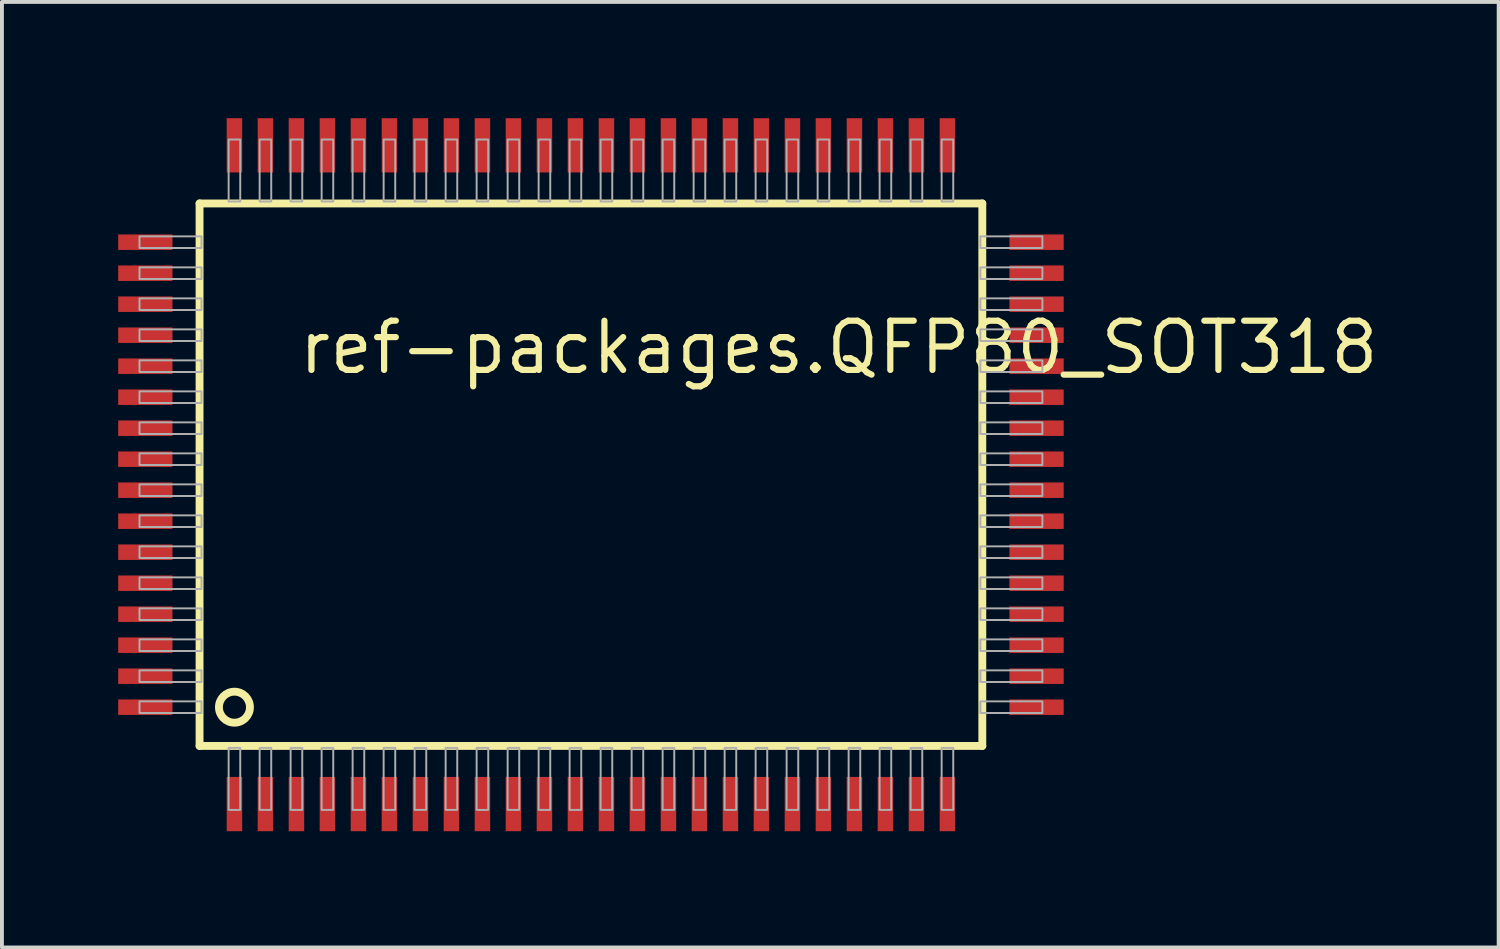
<source format=kicad_pcb>
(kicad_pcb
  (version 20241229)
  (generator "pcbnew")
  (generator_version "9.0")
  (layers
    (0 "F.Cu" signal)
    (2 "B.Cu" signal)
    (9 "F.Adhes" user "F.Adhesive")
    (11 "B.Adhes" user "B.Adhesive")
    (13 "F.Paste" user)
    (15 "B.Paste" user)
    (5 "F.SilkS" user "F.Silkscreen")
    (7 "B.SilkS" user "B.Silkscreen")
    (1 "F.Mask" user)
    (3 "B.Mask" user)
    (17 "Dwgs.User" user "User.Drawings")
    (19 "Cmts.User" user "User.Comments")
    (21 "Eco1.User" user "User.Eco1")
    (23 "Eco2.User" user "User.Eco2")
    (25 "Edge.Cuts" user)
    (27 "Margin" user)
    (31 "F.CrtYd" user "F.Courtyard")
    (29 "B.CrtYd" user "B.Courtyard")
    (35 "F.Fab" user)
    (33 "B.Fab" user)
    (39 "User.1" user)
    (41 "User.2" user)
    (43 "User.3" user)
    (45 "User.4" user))
  (footprint "ref-packages.QFP80_SOT318"
    (layer "F.Cu")
    (at 12.2 9.2)
    (property "Reference" "ref-packages.QFP80_SOT318" (at -7.62 -2.54 0) (layer "F.SilkS") (effects (font (size 1.27 1.27) (thickness 0.16)) (justify left bottom)))
    (attr smd)
    (fp_line (start -10.1 -7) (end 10.1 -7) (stroke (width 0.203) (type default)) (layer "F.SilkS"))
    (fp_line (start -10.1 7) (end -10.1 -7) (stroke (width 0.203) (type default)) (layer "F.SilkS"))
    (fp_line (start 10.1 -7) (end 10.1 7) (stroke (width 0.203) (type default)) (layer "F.SilkS"))
    (fp_line (start 10.1 7) (end -10.1 7) (stroke (width 0.203) (type default)) (layer "F.SilkS"))
    (fp_circle (center -9.2 6) (end -8.8 6) (stroke (width 0.203) (type default)) (fill no) (layer "F.SilkS"))
    (fp_rect (start -11.65 -5.85) (end -10.05 -6.15) (stroke (width 0.05) (type default)) (fill no) (layer "F.Fab"))
    (fp_rect (start -11.65 -5.05) (end -10.05 -5.35) (stroke (width 0.05) (type default)) (fill no) (layer "F.Fab"))
    (fp_rect (start -11.65 -4.25) (end -10.05 -4.55) (stroke (width 0.05) (type default)) (fill no) (layer "F.Fab"))
    (fp_rect (start -11.65 -3.45) (end -10.05 -3.75) (stroke (width 0.05) (type default)) (fill no) (layer "F.Fab"))
    (fp_rect (start -11.65 -2.65) (end -10.05 -2.95) (stroke (width 0.05) (type default)) (fill no) (layer "F.Fab"))
    (fp_rect (start -11.65 -1.85) (end -10.05 -2.15) (stroke (width 0.05) (type default)) (fill no) (layer "F.Fab"))
    (fp_rect (start -11.65 -1.05) (end -10.05 -1.35) (stroke (width 0.05) (type default)) (fill no) (layer "F.Fab"))
    (fp_rect (start -11.65 -0.25) (end -10.05 -0.55) (stroke (width 0.05) (type default)) (fill no) (layer "F.Fab"))
    (fp_rect (start -11.65 0.55) (end -10.05 0.25) (stroke (width 0.05) (type default)) (fill no) (layer "F.Fab"))
    (fp_rect (start -11.65 1.35) (end -10.05 1.05) (stroke (width 0.05) (type default)) (fill no) (layer "F.Fab"))
    (fp_rect (start -11.65 2.15) (end -10.05 1.85) (stroke (width 0.05) (type default)) (fill no) (layer "F.Fab"))
    (fp_rect (start -11.65 2.95) (end -10.05 2.65) (stroke (width 0.05) (type default)) (fill no) (layer "F.Fab"))
    (fp_rect (start -11.65 3.75) (end -10.05 3.45) (stroke (width 0.05) (type default)) (fill no) (layer "F.Fab"))
    (fp_rect (start -11.65 4.55) (end -10.05 4.25) (stroke (width 0.05) (type default)) (fill no) (layer "F.Fab"))
    (fp_rect (start -11.65 5.35) (end -10.05 5.05) (stroke (width 0.05) (type default)) (fill no) (layer "F.Fab"))
    (fp_rect (start -11.65 6.15) (end -10.05 5.85) (stroke (width 0.05) (type default)) (fill no) (layer "F.Fab"))
    (fp_rect (start -9.35 -7.05) (end -9.05 -8.65) (stroke (width 0.05) (type default)) (fill no) (layer "F.Fab"))
    (fp_rect (start -9.35 8.65) (end -9.05 7.05) (stroke (width 0.05) (type default)) (fill no) (layer "F.Fab"))
    (fp_rect (start -8.55 -7.05) (end -8.25 -8.65) (stroke (width 0.05) (type default)) (fill no) (layer "F.Fab"))
    (fp_rect (start -8.55 8.65) (end -8.25 7.05) (stroke (width 0.05) (type default)) (fill no) (layer "F.Fab"))
    (fp_rect (start -7.75 -7.05) (end -7.45 -8.65) (stroke (width 0.05) (type default)) (fill no) (layer "F.Fab"))
    (fp_rect (start -7.75 8.65) (end -7.45 7.05) (stroke (width 0.05) (type default)) (fill no) (layer "F.Fab"))
    (fp_rect (start -6.95 -7.05) (end -6.65 -8.65) (stroke (width 0.05) (type default)) (fill no) (layer "F.Fab"))
    (fp_rect (start -6.95 8.65) (end -6.65 7.05) (stroke (width 0.05) (type default)) (fill no) (layer "F.Fab"))
    (fp_rect (start -6.15 -7.05) (end -5.85 -8.65) (stroke (width 0.05) (type default)) (fill no) (layer "F.Fab"))
    (fp_rect (start -6.15 8.65) (end -5.85 7.05) (stroke (width 0.05) (type default)) (fill no) (layer "F.Fab"))
    (fp_rect (start -5.35 -7.05) (end -5.05 -8.65) (stroke (width 0.05) (type default)) (fill no) (layer "F.Fab"))
    (fp_rect (start -5.35 8.65) (end -5.05 7.05) (stroke (width 0.05) (type default)) (fill no) (layer "F.Fab"))
    (fp_rect (start -4.55 -7.05) (end -4.25 -8.65) (stroke (width 0.05) (type default)) (fill no) (layer "F.Fab"))
    (fp_rect (start -4.55 8.65) (end -4.25 7.05) (stroke (width 0.05) (type default)) (fill no) (layer "F.Fab"))
    (fp_rect (start -3.75 -7.05) (end -3.45 -8.65) (stroke (width 0.05) (type default)) (fill no) (layer "F.Fab"))
    (fp_rect (start -3.75 8.65) (end -3.45 7.05) (stroke (width 0.05) (type default)) (fill no) (layer "F.Fab"))
    (fp_rect (start -2.95 -7.05) (end -2.65 -8.65) (stroke (width 0.05) (type default)) (fill no) (layer "F.Fab"))
    (fp_rect (start -2.95 8.65) (end -2.65 7.05) (stroke (width 0.05) (type default)) (fill no) (layer "F.Fab"))
    (fp_rect (start -2.15 -7.05) (end -1.85 -8.65) (stroke (width 0.05) (type default)) (fill no) (layer "F.Fab"))
    (fp_rect (start -2.15 8.65) (end -1.85 7.05) (stroke (width 0.05) (type default)) (fill no) (layer "F.Fab"))
    (fp_rect (start -1.35 -7.05) (end -1.05 -8.65) (stroke (width 0.05) (type default)) (fill no) (layer "F.Fab"))
    (fp_rect (start -1.35 8.65) (end -1.05 7.05) (stroke (width 0.05) (type default)) (fill no) (layer "F.Fab"))
    (fp_rect (start -0.55 -7.05) (end -0.25 -8.65) (stroke (width 0.05) (type default)) (fill no) (layer "F.Fab"))
    (fp_rect (start -0.55 8.65) (end -0.25 7.05) (stroke (width 0.05) (type default)) (fill no) (layer "F.Fab"))
    (fp_rect (start 0.25 -7.05) (end 0.55 -8.65) (stroke (width 0.05) (type default)) (fill no) (layer "F.Fab"))
    (fp_rect (start 0.25 8.65) (end 0.55 7.05) (stroke (width 0.05) (type default)) (fill no) (layer "F.Fab"))
    (fp_rect (start 1.05 -7.05) (end 1.35 -8.65) (stroke (width 0.05) (type default)) (fill no) (layer "F.Fab"))
    (fp_rect (start 1.05 8.65) (end 1.35 7.05) (stroke (width 0.05) (type default)) (fill no) (layer "F.Fab"))
    (fp_rect (start 1.85 -7.05) (end 2.15 -8.65) (stroke (width 0.05) (type default)) (fill no) (layer "F.Fab"))
    (fp_rect (start 1.85 8.65) (end 2.15 7.05) (stroke (width 0.05) (type default)) (fill no) (layer "F.Fab"))
    (fp_rect (start 2.65 -7.05) (end 2.95 -8.65) (stroke (width 0.05) (type default)) (fill no) (layer "F.Fab"))
    (fp_rect (start 2.65 8.65) (end 2.95 7.05) (stroke (width 0.05) (type default)) (fill no) (layer "F.Fab"))
    (fp_rect (start 3.45 -7.05) (end 3.75 -8.65) (stroke (width 0.05) (type default)) (fill no) (layer "F.Fab"))
    (fp_rect (start 3.45 8.65) (end 3.75 7.05) (stroke (width 0.05) (type default)) (fill no) (layer "F.Fab"))
    (fp_rect (start 4.25 -7.05) (end 4.55 -8.65) (stroke (width 0.05) (type default)) (fill no) (layer "F.Fab"))
    (fp_rect (start 4.25 8.65) (end 4.55 7.05) (stroke (width 0.05) (type default)) (fill no) (layer "F.Fab"))
    (fp_rect (start 5.05 -7.05) (end 5.35 -8.65) (stroke (width 0.05) (type default)) (fill no) (layer "F.Fab"))
    (fp_rect (start 5.05 8.65) (end 5.35 7.05) (stroke (width 0.05) (type default)) (fill no) (layer "F.Fab"))
    (fp_rect (start 5.85 -7.05) (end 6.15 -8.65) (stroke (width 0.05) (type default)) (fill no) (layer "F.Fab"))
    (fp_rect (start 5.85 8.65) (end 6.15 7.05) (stroke (width 0.05) (type default)) (fill no) (layer "F.Fab"))
    (fp_rect (start 6.65 -7.05) (end 6.95 -8.65) (stroke (width 0.05) (type default)) (fill no) (layer "F.Fab"))
    (fp_rect (start 6.65 8.65) (end 6.95 7.05) (stroke (width 0.05) (type default)) (fill no) (layer "F.Fab"))
    (fp_rect (start 7.45 -7.05) (end 7.75 -8.65) (stroke (width 0.05) (type default)) (fill no) (layer "F.Fab"))
    (fp_rect (start 7.45 8.65) (end 7.75 7.05) (stroke (width 0.05) (type default)) (fill no) (layer "F.Fab"))
    (fp_rect (start 8.25 -7.05) (end 8.55 -8.65) (stroke (width 0.05) (type default)) (fill no) (layer "F.Fab"))
    (fp_rect (start 8.25 8.65) (end 8.55 7.05) (stroke (width 0.05) (type default)) (fill no) (layer "F.Fab"))
    (fp_rect (start 9.05 -7.05) (end 9.35 -8.65) (stroke (width 0.05) (type default)) (fill no) (layer "F.Fab"))
    (fp_rect (start 9.05 8.65) (end 9.35 7.05) (stroke (width 0.05) (type default)) (fill no) (layer "F.Fab"))
    (fp_rect (start 10.05 -5.85) (end 11.65 -6.15) (stroke (width 0.05) (type default)) (fill no) (layer "F.Fab"))
    (fp_rect (start 10.05 -5.05) (end 11.65 -5.35) (stroke (width 0.05) (type default)) (fill no) (layer "F.Fab"))
    (fp_rect (start 10.05 -4.25) (end 11.65 -4.55) (stroke (width 0.05) (type default)) (fill no) (layer "F.Fab"))
    (fp_rect (start 10.05 -3.45) (end 11.65 -3.75) (stroke (width 0.05) (type default)) (fill no) (layer "F.Fab"))
    (fp_rect (start 10.05 -2.65) (end 11.65 -2.95) (stroke (width 0.05) (type default)) (fill no) (layer "F.Fab"))
    (fp_rect (start 10.05 -1.85) (end 11.65 -2.15) (stroke (width 0.05) (type default)) (fill no) (layer "F.Fab"))
    (fp_rect (start 10.05 -1.05) (end 11.65 -1.35) (stroke (width 0.05) (type default)) (fill no) (layer "F.Fab"))
    (fp_rect (start 10.05 -0.25) (end 11.65 -0.55) (stroke (width 0.05) (type default)) (fill no) (layer "F.Fab"))
    (fp_rect (start 10.05 0.55) (end 11.65 0.25) (stroke (width 0.05) (type default)) (fill no) (layer "F.Fab"))
    (fp_rect (start 10.05 1.35) (end 11.65 1.05) (stroke (width 0.05) (type default)) (fill no) (layer "F.Fab"))
    (fp_rect (start 10.05 2.15) (end 11.65 1.85) (stroke (width 0.05) (type default)) (fill no) (layer "F.Fab"))
    (fp_rect (start 10.05 2.95) (end 11.65 2.65) (stroke (width 0.05) (type default)) (fill no) (layer "F.Fab"))
    (fp_rect (start 10.05 3.75) (end 11.65 3.45) (stroke (width 0.05) (type default)) (fill no) (layer "F.Fab"))
    (fp_rect (start 10.05 4.55) (end 11.65 4.25) (stroke (width 0.05) (type default)) (fill no) (layer "F.Fab"))
    (fp_rect (start 10.05 5.35) (end 11.65 5.05) (stroke (width 0.05) (type default)) (fill no) (layer "F.Fab"))
    (fp_rect (start 10.05 6.15) (end 11.65 5.85) (stroke (width 0.05) (type default)) (fill no) (layer "F.Fab"))
    (pad "1" smd roundrect (at -9.2 8.5) (size 0.4 1.4) (layers "F.Cu" "F.Mask" "F.Paste") (roundrect_rratio 0.01))
    (pad "2" smd roundrect (at -8.4 8.5) (size 0.4 1.4) (layers "F.Cu" "F.Mask" "F.Paste") (roundrect_rratio 0.01))
    (pad "3" smd roundrect (at -7.6 8.5) (size 0.4 1.4) (layers "F.Cu" "F.Mask" "F.Paste") (roundrect_rratio 0.01))
    (pad "4" smd roundrect (at -6.8 8.5) (size 0.4 1.4) (layers "F.Cu" "F.Mask" "F.Paste") (roundrect_rratio 0.01))
    (pad "5" smd roundrect (at -6 8.5) (size 0.4 1.4) (layers "F.Cu" "F.Mask" "F.Paste") (roundrect_rratio 0.01))
    (pad "6" smd roundrect (at -5.2 8.5) (size 0.4 1.4) (layers "F.Cu" "F.Mask" "F.Paste") (roundrect_rratio 0.01))
    (pad "7" smd roundrect (at -4.4 8.5) (size 0.4 1.4) (layers "F.Cu" "F.Mask" "F.Paste") (roundrect_rratio 0.01))
    (pad "8" smd roundrect (at -3.6 8.5) (size 0.4 1.4) (layers "F.Cu" "F.Mask" "F.Paste") (roundrect_rratio 0.01))
    (pad "9" smd roundrect (at -2.8 8.5) (size 0.4 1.4) (layers "F.Cu" "F.Mask" "F.Paste") (roundrect_rratio 0.01))
    (pad "10" smd roundrect (at -2 8.5) (size 0.4 1.4) (layers "F.Cu" "F.Mask" "F.Paste") (roundrect_rratio 0.01))
    (pad "11" smd roundrect (at -1.2 8.5) (size 0.4 1.4) (layers "F.Cu" "F.Mask" "F.Paste") (roundrect_rratio 0.01))
    (pad "12" smd roundrect (at -0.4 8.5) (size 0.4 1.4) (layers "F.Cu" "F.Mask" "F.Paste") (roundrect_rratio 0.01))
    (pad "13" smd roundrect (at 0.4 8.5) (size 0.4 1.4) (layers "F.Cu" "F.Mask" "F.Paste") (roundrect_rratio 0.01))
    (pad "14" smd roundrect (at 1.2 8.5) (size 0.4 1.4) (layers "F.Cu" "F.Mask" "F.Paste") (roundrect_rratio 0.01))
    (pad "15" smd roundrect (at 2 8.5) (size 0.4 1.4) (layers "F.Cu" "F.Mask" "F.Paste") (roundrect_rratio 0.01))
    (pad "16" smd roundrect (at 2.8 8.5) (size 0.4 1.4) (layers "F.Cu" "F.Mask" "F.Paste") (roundrect_rratio 0.01))
    (pad "17" smd roundrect (at 3.6 8.5) (size 0.4 1.4) (layers "F.Cu" "F.Mask" "F.Paste") (roundrect_rratio 0.01))
    (pad "18" smd roundrect (at 4.4 8.5) (size 0.4 1.4) (layers "F.Cu" "F.Mask" "F.Paste") (roundrect_rratio 0.01))
    (pad "19" smd roundrect (at 5.2 8.5) (size 0.4 1.4) (layers "F.Cu" "F.Mask" "F.Paste") (roundrect_rratio 0.01))
    (pad "20" smd roundrect (at 6 8.5) (size 0.4 1.4) (layers "F.Cu" "F.Mask" "F.Paste") (roundrect_rratio 0.01))
    (pad "21" smd roundrect (at 6.8 8.5) (size 0.4 1.4) (layers "F.Cu" "F.Mask" "F.Paste") (roundrect_rratio 0.01))
    (pad "22" smd roundrect (at 7.6 8.5) (size 0.4 1.4) (layers "F.Cu" "F.Mask" "F.Paste") (roundrect_rratio 0.01))
    (pad "23" smd roundrect (at 8.4 8.5) (size 0.4 1.4) (layers "F.Cu" "F.Mask" "F.Paste") (roundrect_rratio 0.01))
    (pad "24" smd roundrect (at 9.2 8.5) (size 0.4 1.4) (layers "F.Cu" "F.Mask" "F.Paste") (roundrect_rratio 0.01))
    (pad "25" smd roundrect (at 11.5 6) (size 1.4 0.4) (layers "F.Cu" "F.Mask" "F.Paste") (roundrect_rratio 0.01))
    (pad "26" smd roundrect (at 11.5 5.2) (size 1.4 0.4) (layers "F.Cu" "F.Mask" "F.Paste") (roundrect_rratio 0.01))
    (pad "27" smd roundrect (at 11.5 4.4) (size 1.4 0.4) (layers "F.Cu" "F.Mask" "F.Paste") (roundrect_rratio 0.01))
    (pad "28" smd roundrect (at 11.5 3.6) (size 1.4 0.4) (layers "F.Cu" "F.Mask" "F.Paste") (roundrect_rratio 0.01))
    (pad "29" smd roundrect (at 11.5 2.8) (size 1.4 0.4) (layers "F.Cu" "F.Mask" "F.Paste") (roundrect_rratio 0.01))
    (pad "30" smd roundrect (at 11.5 2) (size 1.4 0.4) (layers "F.Cu" "F.Mask" "F.Paste") (roundrect_rratio 0.01))
    (pad "31" smd roundrect (at 11.5 1.2) (size 1.4 0.4) (layers "F.Cu" "F.Mask" "F.Paste") (roundrect_rratio 0.01))
    (pad "32" smd roundrect (at 11.5 0.4) (size 1.4 0.4) (layers "F.Cu" "F.Mask" "F.Paste") (roundrect_rratio 0.01))
    (pad "33" smd roundrect (at 11.5 -0.4) (size 1.4 0.4) (layers "F.Cu" "F.Mask" "F.Paste") (roundrect_rratio 0.01))
    (pad "34" smd roundrect (at 11.5 -1.2) (size 1.4 0.4) (layers "F.Cu" "F.Mask" "F.Paste") (roundrect_rratio 0.01))
    (pad "35" smd roundrect (at 11.5 -2) (size 1.4 0.4) (layers "F.Cu" "F.Mask" "F.Paste") (roundrect_rratio 0.01))
    (pad "36" smd roundrect (at 11.5 -2.8) (size 1.4 0.4) (layers "F.Cu" "F.Mask" "F.Paste") (roundrect_rratio 0.01))
    (pad "37" smd roundrect (at 11.5 -3.6) (size 1.4 0.4) (layers "F.Cu" "F.Mask" "F.Paste") (roundrect_rratio 0.01))
    (pad "38" smd roundrect (at 11.5 -4.4) (size 1.4 0.4) (layers "F.Cu" "F.Mask" "F.Paste") (roundrect_rratio 0.01))
    (pad "39" smd roundrect (at 11.5 -5.2) (size 1.4 0.4) (layers "F.Cu" "F.Mask" "F.Paste") (roundrect_rratio 0.01))
    (pad "40" smd roundrect (at 11.5 -6) (size 1.4 0.4) (layers "F.Cu" "F.Mask" "F.Paste") (roundrect_rratio 0.01))
    (pad "41" smd roundrect (at 9.2 -8.5) (size 0.4 1.4) (layers "F.Cu" "F.Mask" "F.Paste") (roundrect_rratio 0.01))
    (pad "42" smd roundrect (at 8.4 -8.5) (size 0.4 1.4) (layers "F.Cu" "F.Mask" "F.Paste") (roundrect_rratio 0.01))
    (pad "43" smd roundrect (at 7.6 -8.5) (size 0.4 1.4) (layers "F.Cu" "F.Mask" "F.Paste") (roundrect_rratio 0.01))
    (pad "44" smd roundrect (at 6.8 -8.5) (size 0.4 1.4) (layers "F.Cu" "F.Mask" "F.Paste") (roundrect_rratio 0.01))
    (pad "45" smd roundrect (at 6 -8.5) (size 0.4 1.4) (layers "F.Cu" "F.Mask" "F.Paste") (roundrect_rratio 0.01))
    (pad "46" smd roundrect (at 5.2 -8.5) (size 0.4 1.4) (layers "F.Cu" "F.Mask" "F.Paste") (roundrect_rratio 0.01))
    (pad "47" smd roundrect (at 4.4 -8.5) (size 0.4 1.4) (layers "F.Cu" "F.Mask" "F.Paste") (roundrect_rratio 0.01))
    (pad "48" smd roundrect (at 3.6 -8.5) (size 0.4 1.4) (layers "F.Cu" "F.Mask" "F.Paste") (roundrect_rratio 0.01))
    (pad "49" smd roundrect (at 2.8 -8.5) (size 0.4 1.4) (layers "F.Cu" "F.Mask" "F.Paste") (roundrect_rratio 0.01))
    (pad "50" smd roundrect (at 2 -8.5) (size 0.4 1.4) (layers "F.Cu" "F.Mask" "F.Paste") (roundrect_rratio 0.01))
    (pad "51" smd roundrect (at 1.2 -8.5) (size 0.4 1.4) (layers "F.Cu" "F.Mask" "F.Paste") (roundrect_rratio 0.01))
    (pad "52" smd roundrect (at 0.4 -8.5) (size 0.4 1.4) (layers "F.Cu" "F.Mask" "F.Paste") (roundrect_rratio 0.01))
    (pad "53" smd roundrect (at -0.4 -8.5) (size 0.4 1.4) (layers "F.Cu" "F.Mask" "F.Paste") (roundrect_rratio 0.01))
    (pad "54" smd roundrect (at -1.2 -8.5) (size 0.4 1.4) (layers "F.Cu" "F.Mask" "F.Paste") (roundrect_rratio 0.01))
    (pad "55" smd roundrect (at -2 -8.5) (size 0.4 1.4) (layers "F.Cu" "F.Mask" "F.Paste") (roundrect_rratio 0.01))
    (pad "56" smd roundrect (at -2.8 -8.5) (size 0.4 1.4) (layers "F.Cu" "F.Mask" "F.Paste") (roundrect_rratio 0.01))
    (pad "57" smd roundrect (at -3.6 -8.5) (size 0.4 1.4) (layers "F.Cu" "F.Mask" "F.Paste") (roundrect_rratio 0.01))
    (pad "58" smd roundrect (at -4.4 -8.5) (size 0.4 1.4) (layers "F.Cu" "F.Mask" "F.Paste") (roundrect_rratio 0.01))
    (pad "59" smd roundrect (at -5.2 -8.5) (size 0.4 1.4) (layers "F.Cu" "F.Mask" "F.Paste") (roundrect_rratio 0.01))
    (pad "60" smd roundrect (at -6 -8.5) (size 0.4 1.4) (layers "F.Cu" "F.Mask" "F.Paste") (roundrect_rratio 0.01))
    (pad "61" smd roundrect (at -6.8 -8.5) (size 0.4 1.4) (layers "F.Cu" "F.Mask" "F.Paste") (roundrect_rratio 0.01))
    (pad "62" smd roundrect (at -7.6 -8.5) (size 0.4 1.4) (layers "F.Cu" "F.Mask" "F.Paste") (roundrect_rratio 0.01))
    (pad "63" smd roundrect (at -8.4 -8.5) (size 0.4 1.4) (layers "F.Cu" "F.Mask" "F.Paste") (roundrect_rratio 0.01))
    (pad "64" smd roundrect (at -9.2 -8.5) (size 0.4 1.4) (layers "F.Cu" "F.Mask" "F.Paste") (roundrect_rratio 0.01))
    (pad "65" smd roundrect (at -11.5 -6) (size 1.4 0.4) (layers "F.Cu" "F.Mask" "F.Paste") (roundrect_rratio 0.01))
    (pad "66" smd roundrect (at -11.5 -5.2) (size 1.4 0.4) (layers "F.Cu" "F.Mask" "F.Paste") (roundrect_rratio 0.01))
    (pad "67" smd roundrect (at -11.5 -4.4) (size 1.4 0.4) (layers "F.Cu" "F.Mask" "F.Paste") (roundrect_rratio 0.01))
    (pad "68" smd roundrect (at -11.5 -3.6) (size 1.4 0.4) (layers "F.Cu" "F.Mask" "F.Paste") (roundrect_rratio 0.01))
    (pad "69" smd roundrect (at -11.5 -2.8) (size 1.4 0.4) (layers "F.Cu" "F.Mask" "F.Paste") (roundrect_rratio 0.01))
    (pad "70" smd roundrect (at -11.5 -2) (size 1.4 0.4) (layers "F.Cu" "F.Mask" "F.Paste") (roundrect_rratio 0.01))
    (pad "71" smd roundrect (at -11.5 -1.2) (size 1.4 0.4) (layers "F.Cu" "F.Mask" "F.Paste") (roundrect_rratio 0.01))
    (pad "72" smd roundrect (at -11.5 -0.4) (size 1.4 0.4) (layers "F.Cu" "F.Mask" "F.Paste") (roundrect_rratio 0.01))
    (pad "73" smd roundrect (at -11.5 0.4) (size 1.4 0.4) (layers "F.Cu" "F.Mask" "F.Paste") (roundrect_rratio 0.01))
    (pad "74" smd roundrect (at -11.5 1.2) (size 1.4 0.4) (layers "F.Cu" "F.Mask" "F.Paste") (roundrect_rratio 0.01))
    (pad "75" smd roundrect (at -11.5 2) (size 1.4 0.4) (layers "F.Cu" "F.Mask" "F.Paste") (roundrect_rratio 0.01))
    (pad "76" smd roundrect (at -11.5 2.8) (size 1.4 0.4) (layers "F.Cu" "F.Mask" "F.Paste") (roundrect_rratio 0.01))
    (pad "77" smd roundrect (at -11.5 3.6) (size 1.4 0.4) (layers "F.Cu" "F.Mask" "F.Paste") (roundrect_rratio 0.01))
    (pad "78" smd roundrect (at -11.5 4.4) (size 1.4 0.4) (layers "F.Cu" "F.Mask" "F.Paste") (roundrect_rratio 0.01))
    (pad "79" smd roundrect (at -11.5 5.2) (size 1.4 0.4) (layers "F.Cu" "F.Mask" "F.Paste") (roundrect_rratio 0.01))
    (pad "80" smd roundrect (at -11.5 6) (size 1.4 0.4) (layers "F.Cu" "F.Mask" "F.Paste") (roundrect_rratio 0.01)))
  (gr_rect
    (start -3 -3)
    (end 35.625 21.4)
    (stroke (width 0.1) (type default))
    (fill no)
    (layer "Edge.Cuts")))
</source>
